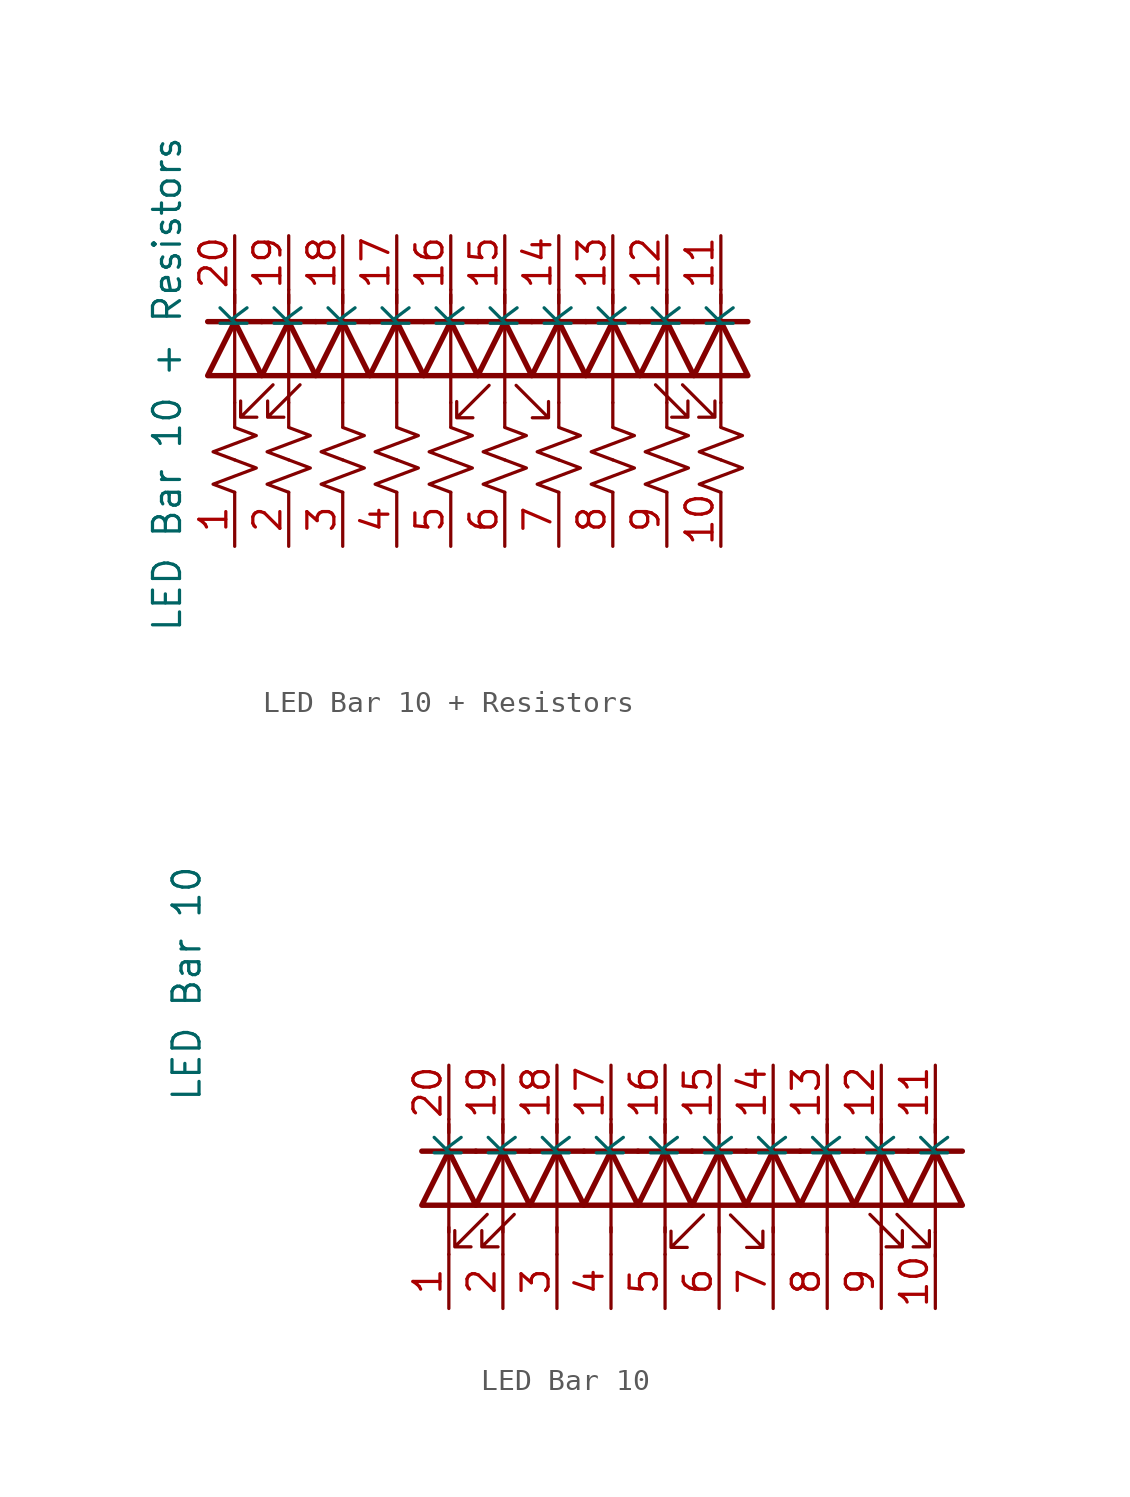
<source format=kicad_sym>
(kicad_symbol_lib
  (version 20220914)
  (generator kicad_symbol_editor)
  (symbol "LED Bar 10 + Resistors"
    (property "Reference" "BAR"
      (at -23.495 -9.525 0)
      (effects (font (size 1.27 1.27)) hide))
    (property "Value" "LED Bar 10 + Resistors"
      (at -3.175 7.62 90)
      (effects (font (size 1.27 1.27))))
    (symbol "LED Bar 10 + Resistors_0_1"
      (polyline (pts (xy 0 6.756) (xy 0 5.613)) (stroke (width 0) (type default)) (fill (type none)))
      (polyline (pts (xy 0 6.756) (xy 0 11.836)) (stroke (width 0) (type default)) (fill (type none)))
      (polyline (pts (xy 0 12.065) (xy 0 11.43)) (stroke (width 0) (type default)) (fill (type none)))
      (polyline (pts (xy 1.27 10.566) (xy -1.27 10.566)) (stroke (width 0.254) (type default)) (fill (type none)))
      (polyline (pts (xy 2.54 6.756) (xy 2.54 5.613)) (stroke (width 0) (type default)) (fill (type none)))
      (polyline (pts (xy 2.54 6.756) (xy 2.54 11.836)) (stroke (width 0) (type default)) (fill (type none)))
      (polyline (pts (xy 2.54 12.065) (xy 2.54 11.43)) (stroke (width 0) (type default)) (fill (type none)))
      (polyline (pts (xy 3.81 10.566) (xy 1.27 10.566)) (stroke (width 0.254) (type default)) (fill (type none)))
      (polyline (pts (xy 5.08 6.756) (xy 5.08 5.613)) (stroke (width 0) (type default)) (fill (type none)))
      (polyline (pts (xy 5.08 6.756) (xy 5.08 11.836)) (stroke (width 0) (type default)) (fill (type none)))
      (polyline (pts (xy 5.08 12.065) (xy 5.08 11.43)) (stroke (width 0) (type default)) (fill (type none)))
      (polyline (pts (xy 6.35 10.566) (xy 3.81 10.566)) (stroke (width 0.254) (type default)) (fill (type none)))
      (polyline (pts (xy 7.62 6.756) (xy 7.62 5.613)) (stroke (width 0) (type default)) (fill (type none)))
      (polyline (pts (xy 7.62 6.756) (xy 7.62 11.836)) (stroke (width 0) (type default)) (fill (type none)))
      (polyline (pts (xy 7.62 12.065) (xy 7.62 11.43)) (stroke (width 0) (type default)) (fill (type none)))
      (polyline (pts (xy 8.89 10.566) (xy 6.35 10.566)) (stroke (width 0.254) (type default)) (fill (type none)))
      (polyline (pts (xy 10.16 6.756) (xy 10.16 5.613)) (stroke (width 0) (type default)) (fill (type none)))
      (polyline (pts (xy 10.16 6.756) (xy 10.16 11.836)) (stroke (width 0) (type default)) (fill (type none)))
      (polyline (pts (xy 10.16 12.065) (xy 10.16 11.43)) (stroke (width 0) (type default)) (fill (type none)))
      (polyline (pts (xy 11.43 10.566) (xy 8.89 10.566)) (stroke (width 0.254) (type default)) (fill (type none)))
      (polyline (pts (xy 12.7 6.756) (xy 12.7 5.613)) (stroke (width 0) (type default)) (fill (type none)))
      (polyline (pts (xy 12.7 6.756) (xy 12.7 11.836)) (stroke (width 0) (type default)) (fill (type none)))
      (polyline (pts (xy 12.7 12.065) (xy 12.7 11.43)) (stroke (width 0) (type default)) (fill (type none)))
      (polyline (pts (xy 13.97 10.566) (xy 11.43 10.566)) (stroke (width 0.254) (type default)) (fill (type none)))
      (polyline (pts (xy 15.24 6.756) (xy 15.24 5.613)) (stroke (width 0) (type default)) (fill (type none)))
      (polyline (pts (xy 15.24 6.756) (xy 15.24 11.836)) (stroke (width 0) (type default)) (fill (type none)))
      (polyline (pts (xy 15.24 12.065) (xy 15.24 11.43)) (stroke (width 0) (type default)) (fill (type none)))
      (polyline (pts (xy 16.51 10.566) (xy 13.97 10.566)) (stroke (width 0.254) (type default)) (fill (type none)))
      (polyline (pts (xy 17.78 6.756) (xy 17.78 5.613)) (stroke (width 0) (type default)) (fill (type none)))
      (polyline (pts (xy 17.78 6.756) (xy 17.78 11.836)) (stroke (width 0) (type default)) (fill (type none)))
      (polyline (pts (xy 17.78 12.065) (xy 17.78 11.43)) (stroke (width 0) (type default)) (fill (type none)))
      (polyline (pts (xy 19.05 10.566) (xy 16.51 10.566)) (stroke (width 0.254) (type default)) (fill (type none)))
      (polyline (pts (xy 19.05 10.566) (xy 21.59 10.566)) (stroke (width 0.254) (type default)) (fill (type none)))
      (polyline (pts (xy 20.32 6.756) (xy 20.32 5.613)) (stroke (width 0) (type default)) (fill (type none)))
      (polyline (pts (xy 20.32 6.756) (xy 20.32 11.836)) (stroke (width 0) (type default)) (fill (type none)))
      (polyline (pts (xy 20.32 12.065) (xy 20.32 11.43)) (stroke (width 0) (type default)) (fill (type none)))
      (polyline (pts (xy 21.59 10.566) (xy 24.13 10.566)) (stroke (width 0.254) (type default)) (fill (type none)))
      (polyline (pts (xy 22.86 6.756) (xy 22.86 5.613)) (stroke (width 0) (type default)) (fill (type none)))
      (polyline (pts (xy 22.86 6.756) (xy 22.86 11.836)) (stroke (width 0) (type default)) (fill (type none)))
      (polyline (pts (xy 22.86 12.065) (xy 22.86 11.43)) (stroke (width 0) (type default)) (fill (type none)))
      (polyline (pts (xy -1.27 8.026) (xy 1.27 8.026) (xy 0 10.566) (xy -1.27 8.026)) (stroke (width 0.254) (type default)) (fill (type none)))
      (polyline (pts (xy 1.27 8.026) (xy 3.81 8.026) (xy 2.54 10.566) (xy 1.27 8.026)) (stroke (width 0.254) (type default)) (fill (type none)))
      (polyline (pts (xy 3.81 8.026) (xy 6.35 8.026) (xy 5.08 10.566) (xy 3.81 8.026)) (stroke (width 0.254) (type default)) (fill (type none)))
      (polyline (pts (xy 6.35 8.026) (xy 8.89 8.026) (xy 7.62 10.566) (xy 6.35 8.026)) (stroke (width 0.254) (type default)) (fill (type none)))
      (polyline (pts (xy 8.89 8.026) (xy 11.43 8.026) (xy 10.16 10.566) (xy 8.89 8.026)) (stroke (width 0.254) (type default)) (fill (type none)))
      (polyline (pts (xy 11.43 8.026) (xy 13.97 8.026) (xy 12.7 10.566) (xy 11.43 8.026)) (stroke (width 0.254) (type default)) (fill (type none)))
      (polyline (pts (xy 13.97 8.026) (xy 16.51 8.026) (xy 15.24 10.566) (xy 13.97 8.026)) (stroke (width 0.254) (type default)) (fill (type none)))
      (polyline (pts (xy 16.51 8.026) (xy 19.05 8.026) (xy 17.78 10.566) (xy 16.51 8.026)) (stroke (width 0.254) (type default)) (fill (type none)))
      (polyline (pts (xy 21.59 8.026) (xy 19.05 8.026) (xy 20.32 10.566) (xy 21.59 8.026)) (stroke (width 0.254) (type default)) (fill (type none)))
      (polyline (pts (xy 24.13 8.026) (xy 21.59 8.026) (xy 22.86 10.566) (xy 24.13 8.026)) (stroke (width 0.254) (type default)) (fill (type none)))
      (polyline (pts (xy 1.803 7.595) (xy 0.279 6.071) (xy 1.041 6.071) (xy 0.279 6.071) (xy 0.279 6.833)) (stroke (width 0) (type default)) (fill (type none)))
      (polyline (pts (xy 3.073 7.595) (xy 1.549 6.071) (xy 2.311 6.071) (xy 1.549 6.071) (xy 1.549 6.833)) (stroke (width 0) (type default)) (fill (type none)))
      (polyline (pts (xy 11.963 7.569) (xy 10.439 6.045) (xy 11.201 6.045) (xy 10.439 6.045) (xy 10.439 6.807)) (stroke (width 0) (type default)) (fill (type none)))
      (polyline (pts (xy 13.233 7.569) (xy 14.757 6.045) (xy 14.757 6.807) (xy 14.757 6.045) (xy 13.995 6.045)) (stroke (width 0) (type default)) (fill (type none)))
      (polyline (pts (xy 19.787 7.595) (xy 21.311 6.071) (xy 20.549 6.071) (xy 21.311 6.071) (xy 21.311 6.833)) (stroke (width 0) (type default)) (fill (type none)))
      (polyline (pts (xy 21.057 7.595) (xy 22.581 6.071) (xy 21.819 6.071) (xy 22.581 6.071) (xy 22.581 6.833)) (stroke (width 0) (type default)) (fill (type none))))
    (symbol "LED Bar 10 + Resistors_1_1"
      (polyline (pts (xy 0 2.54) (xy -1.016 2.921) (xy 0 3.302) (xy 1.016 3.683) (xy 0 4.064)) (stroke (width 0) (type default)) (fill (type none)))
      (polyline (pts (xy 0 4.064) (xy -1.016 4.445) (xy 0 4.826) (xy 1.016 5.207) (xy 0 5.588)) (stroke (width 0) (type default)) (fill (type none)))
      (polyline (pts (xy 2.54 2.54) (xy 1.524 2.921) (xy 2.54 3.302) (xy 3.556 3.683) (xy 2.54 4.064)) (stroke (width 0) (type default)) (fill (type none)))
      (polyline (pts (xy 2.54 4.064) (xy 1.524 4.445) (xy 2.54 4.826) (xy 3.556 5.207) (xy 2.54 5.588)) (stroke (width 0) (type default)) (fill (type none)))
      (polyline (pts (xy 5.08 2.54) (xy 4.064 2.921) (xy 5.08 3.302) (xy 6.096 3.683) (xy 5.08 4.064)) (stroke (width 0) (type default)) (fill (type none)))
      (polyline (pts (xy 5.08 4.064) (xy 4.064 4.445) (xy 5.08 4.826) (xy 6.096 5.207) (xy 5.08 5.588)) (stroke (width 0) (type default)) (fill (type none)))
      (polyline (pts (xy 7.62 2.54) (xy 6.604 2.921) (xy 7.62 3.302) (xy 8.636 3.683) (xy 7.62 4.064)) (stroke (width 0) (type default)) (fill (type none)))
      (polyline (pts (xy 7.62 4.064) (xy 6.604 4.445) (xy 7.62 4.826) (xy 8.636 5.207) (xy 7.62 5.588)) (stroke (width 0) (type default)) (fill (type none)))
      (polyline (pts (xy 10.16 2.54) (xy 9.144 2.921) (xy 10.16 3.302) (xy 11.176 3.683) (xy 10.16 4.064)) (stroke (width 0) (type default)) (fill (type none)))
      (polyline (pts (xy 10.16 4.064) (xy 9.144 4.445) (xy 10.16 4.826) (xy 11.176 5.207) (xy 10.16 5.588)) (stroke (width 0) (type default)) (fill (type none)))
      (polyline (pts (xy 12.7 2.54) (xy 11.684 2.921) (xy 12.7 3.302) (xy 13.716 3.683) (xy 12.7 4.064)) (stroke (width 0) (type default)) (fill (type none)))
      (polyline (pts (xy 12.7 4.064) (xy 11.684 4.445) (xy 12.7 4.826) (xy 13.716 5.207) (xy 12.7 5.588)) (stroke (width 0) (type default)) (fill (type none)))
      (polyline (pts (xy 15.24 2.54) (xy 14.224 2.921) (xy 15.24 3.302) (xy 16.256 3.683) (xy 15.24 4.064)) (stroke (width 0) (type default)) (fill (type none)))
      (polyline (pts (xy 15.24 4.064) (xy 14.224 4.445) (xy 15.24 4.826) (xy 16.256 5.207) (xy 15.24 5.588)) (stroke (width 0) (type default)) (fill (type none)))
      (polyline (pts (xy 17.78 2.54) (xy 16.764 2.921) (xy 17.78 3.302) (xy 18.796 3.683) (xy 17.78 4.064)) (stroke (width 0) (type default)) (fill (type none)))
      (polyline (pts (xy 17.78 4.064) (xy 16.764 4.445) (xy 17.78 4.826) (xy 18.796 5.207) (xy 17.78 5.588)) (stroke (width 0) (type default)) (fill (type none)))
      (polyline (pts (xy 20.32 2.54) (xy 19.304 2.921) (xy 20.32 3.302) (xy 21.336 3.683) (xy 20.32 4.064)) (stroke (width 0) (type default)) (fill (type none)))
      (polyline (pts (xy 20.32 4.064) (xy 19.304 4.445) (xy 20.32 4.826) (xy 21.336 5.207) (xy 20.32 5.588)) (stroke (width 0) (type default)) (fill (type none)))
      (polyline (pts (xy 22.86 2.54) (xy 21.844 2.921) (xy 22.86 3.302) (xy 23.876 3.683) (xy 22.86 4.064)) (stroke (width 0) (type default)) (fill (type none)))
      (polyline (pts (xy 22.86 4.064) (xy 21.844 4.445) (xy 22.86 4.826) (xy 23.876 5.207) (xy 22.86 5.588)) (stroke (width 0) (type default)) (fill (type none)))
      (pin passive line (at 0 0 90) (length 2.54) (name "" (effects (font (size 1.27 1.27)))) (number "1" (effects (font (size 1.27 1.27)))))
      (pin passive line (at 22.86 0 90) (length 2.54) (name "" (effects (font (size 1.27 1.27)))) (number "10" (effects (font (size 1.27 1.27)))))
      (pin passive line (at 22.86 14.605 270) (length 2.54) (name "K" (effects (font (size 1.27 1.27)))) (number "11" (effects (font (size 1.27 1.27)))))
      (pin passive line (at 20.32 14.605 270) (length 2.54) (name "K" (effects (font (size 1.27 1.27)))) (number "12" (effects (font (size 1.27 1.27)))))
      (pin passive line (at 17.78 14.605 270) (length 2.54) (name "K" (effects (font (size 1.27 1.27)))) (number "13" (effects (font (size 1.27 1.27)))))
      (pin passive line (at 15.24 14.605 270) (length 2.54) (name "K" (effects (font (size 1.27 1.27)))) (number "14" (effects (font (size 1.27 1.27)))))
      (pin passive line (at 12.7 14.605 270) (length 2.54) (name "K" (effects (font (size 1.27 1.27)))) (number "15" (effects (font (size 1.27 1.27)))))
      (pin passive line (at 10.16 14.605 270) (length 2.54) (name "K" (effects (font (size 1.27 1.27)))) (number "16" (effects (font (size 1.27 1.27)))))
      (pin passive line (at 7.62 14.605 270) (length 2.54) (name "K" (effects (font (size 1.27 1.27)))) (number "17" (effects (font (size 1.27 1.27)))))
      (pin passive line (at 5.08 14.605 270) (length 2.54) (name "K" (effects (font (size 1.27 1.27)))) (number "18" (effects (font (size 1.27 1.27)))))
      (pin passive line (at 2.54 14.605 270) (length 2.54) (name "K" (effects (font (size 1.27 1.27)))) (number "19" (effects (font (size 1.27 1.27)))))
      (pin passive line (at 2.54 0 90) (length 2.54) (name "" (effects (font (size 1.27 1.27)))) (number "2" (effects (font (size 1.27 1.27)))))
      (pin passive line (at 0 14.605 270) (length 2.54) (name "K" (effects (font (size 1.27 1.27)))) (number "20" (effects (font (size 1.27 1.27)))))
      (pin passive line (at 5.08 0 90) (length 2.54) (name "" (effects (font (size 1.27 1.27)))) (number "3" (effects (font (size 1.27 1.27)))))
      (pin passive line (at 7.62 0 90) (length 2.54) (name "" (effects (font (size 1.27 1.27)))) (number "4" (effects (font (size 1.27 1.27)))))
      (pin passive line (at 10.16 0 90) (length 2.54) (name "" (effects (font (size 1.27 1.27)))) (number "5" (effects (font (size 1.27 1.27)))))
      (pin passive line (at 12.7 0 90) (length 2.54) (name "" (effects (font (size 1.27 1.27)))) (number "6" (effects (font (size 1.27 1.27)))))
      (pin passive line (at 15.24 0 90) (length 2.54) (name "" (effects (font (size 1.27 1.27)))) (number "7" (effects (font (size 1.27 1.27)))))
      (pin passive line (at 17.78 0 90) (length 2.54) (name "" (effects (font (size 1.27 1.27)))) (number "8" (effects (font (size 1.27 1.27)))))
      (pin passive line (at 20.32 0 90) (length 2.54) (name "" (effects (font (size 1.27 1.27)))) (number "9" (effects (font (size 1.27 1.27)))))))
  (symbol "LED Bar 10"
    (property "Reference" "BAR"
      (at -23.495 -9.525 0)
      (effects (font (size 1.27 1.27)) hide))
    (property "Value" "LED Bar 10"
      (at -12.319 15.265 90)
      (effects (font (size 1.27 1.27))))
    (symbol "LED Bar 10_0_1"
      (polyline (pts (xy 0 2.54) (xy 0 3.81)) (stroke (width 0) (type default)) (fill (type none)))
      (polyline (pts (xy 0 3.581) (xy 0 8.661)) (stroke (width 0) (type default)) (fill (type none)))
      (polyline (pts (xy 0 8.89) (xy 0 8.255)) (stroke (width 0) (type default)) (fill (type none)))
      (polyline (pts (xy 1.27 7.391) (xy -1.27 7.391)) (stroke (width 0.254) (type default)) (fill (type none)))
      (polyline (pts (xy 2.54 2.54) (xy 2.54 3.81)) (stroke (width 0) (type default)) (fill (type none)))
      (polyline (pts (xy 2.54 3.581) (xy 2.54 8.661)) (stroke (width 0) (type default)) (fill (type none)))
      (polyline (pts (xy 2.54 8.89) (xy 2.54 8.255)) (stroke (width 0) (type default)) (fill (type none)))
      (polyline (pts (xy 3.81 7.391) (xy 1.27 7.391)) (stroke (width 0.254) (type default)) (fill (type none)))
      (polyline (pts (xy 5.08 2.54) (xy 5.08 3.81)) (stroke (width 0) (type default)) (fill (type none)))
      (polyline (pts (xy 5.08 3.581) (xy 5.08 8.661)) (stroke (width 0) (type default)) (fill (type none)))
      (polyline (pts (xy 5.08 8.89) (xy 5.08 8.255)) (stroke (width 0) (type default)) (fill (type none)))
      (polyline (pts (xy 6.35 7.391) (xy 3.81 7.391)) (stroke (width 0.254) (type default)) (fill (type none)))
      (polyline (pts (xy 7.62 2.54) (xy 7.62 3.81)) (stroke (width 0) (type default)) (fill (type none)))
      (polyline (pts (xy 7.62 3.581) (xy 7.62 8.661)) (stroke (width 0) (type default)) (fill (type none)))
      (polyline (pts (xy 7.62 8.89) (xy 7.62 8.255)) (stroke (width 0) (type default)) (fill (type none)))
      (polyline (pts (xy 8.89 7.391) (xy 6.35 7.391)) (stroke (width 0.254) (type default)) (fill (type none)))
      (polyline (pts (xy 10.16 2.54) (xy 10.16 3.81)) (stroke (width 0) (type default)) (fill (type none)))
      (polyline (pts (xy 10.16 3.581) (xy 10.16 8.661)) (stroke (width 0) (type default)) (fill (type none)))
      (polyline (pts (xy 10.16 8.89) (xy 10.16 8.255)) (stroke (width 0) (type default)) (fill (type none)))
      (polyline (pts (xy 11.43 7.391) (xy 8.89 7.391)) (stroke (width 0.254) (type default)) (fill (type none)))
      (polyline (pts (xy 12.7 2.54) (xy 12.7 3.81)) (stroke (width 0) (type default)) (fill (type none)))
      (polyline (pts (xy 12.7 3.581) (xy 12.7 8.661)) (stroke (width 0) (type default)) (fill (type none)))
      (polyline (pts (xy 12.7 8.89) (xy 12.7 8.255)) (stroke (width 0) (type default)) (fill (type none)))
      (polyline (pts (xy 13.97 7.391) (xy 11.43 7.391)) (stroke (width 0.254) (type default)) (fill (type none)))
      (polyline (pts (xy 15.24 2.54) (xy 15.24 3.81)) (stroke (width 0) (type default)) (fill (type none)))
      (polyline (pts (xy 15.24 3.581) (xy 15.24 8.661)) (stroke (width 0) (type default)) (fill (type none)))
      (polyline (pts (xy 15.24 8.89) (xy 15.24 8.255)) (stroke (width 0) (type default)) (fill (type none)))
      (polyline (pts (xy 16.51 7.391) (xy 13.97 7.391)) (stroke (width 0.254) (type default)) (fill (type none)))
      (polyline (pts (xy 17.78 2.54) (xy 17.78 3.81)) (stroke (width 0) (type default)) (fill (type none)))
      (polyline (pts (xy 17.78 3.581) (xy 17.78 8.661)) (stroke (width 0) (type default)) (fill (type none)))
      (polyline (pts (xy 17.78 8.89) (xy 17.78 8.255)) (stroke (width 0) (type default)) (fill (type none)))
      (polyline (pts (xy 19.05 7.391) (xy 16.51 7.391)) (stroke (width 0.254) (type default)) (fill (type none)))
      (polyline (pts (xy 19.05 7.391) (xy 21.59 7.391)) (stroke (width 0.254) (type default)) (fill (type none)))
      (polyline (pts (xy 20.32 2.54) (xy 20.32 3.81)) (stroke (width 0) (type default)) (fill (type none)))
      (polyline (pts (xy 20.32 3.581) (xy 20.32 8.661)) (stroke (width 0) (type default)) (fill (type none)))
      (polyline (pts (xy 20.32 8.89) (xy 20.32 8.255)) (stroke (width 0) (type default)) (fill (type none)))
      (polyline (pts (xy 21.59 7.391) (xy 24.13 7.391)) (stroke (width 0.254) (type default)) (fill (type none)))
      (polyline (pts (xy 22.86 3.581) (xy 22.86 2.438)) (stroke (width 0) (type default)) (fill (type none)))
      (polyline (pts (xy 22.86 3.581) (xy 22.86 8.661)) (stroke (width 0) (type default)) (fill (type none)))
      (polyline (pts (xy 22.86 8.89) (xy 22.86 8.255)) (stroke (width 0) (type default)) (fill (type none)))
      (polyline (pts (xy -1.27 4.851) (xy 1.27 4.851) (xy 0 7.391) (xy -1.27 4.851)) (stroke (width 0.254) (type default)) (fill (type none)))
      (polyline (pts (xy 1.27 4.851) (xy 3.81 4.851) (xy 2.54 7.391) (xy 1.27 4.851)) (stroke (width 0.254) (type default)) (fill (type none)))
      (polyline (pts (xy 3.81 4.851) (xy 6.35 4.851) (xy 5.08 7.391) (xy 3.81 4.851)) (stroke (width 0.254) (type default)) (fill (type none)))
      (polyline (pts (xy 6.35 4.851) (xy 8.89 4.851) (xy 7.62 7.391) (xy 6.35 4.851)) (stroke (width 0.254) (type default)) (fill (type none)))
      (polyline (pts (xy 8.89 4.851) (xy 11.43 4.851) (xy 10.16 7.391) (xy 8.89 4.851)) (stroke (width 0.254) (type default)) (fill (type none)))
      (polyline (pts (xy 11.43 4.851) (xy 13.97 4.851) (xy 12.7 7.391) (xy 11.43 4.851)) (stroke (width 0.254) (type default)) (fill (type none)))
      (polyline (pts (xy 13.97 4.851) (xy 16.51 4.851) (xy 15.24 7.391) (xy 13.97 4.851)) (stroke (width 0.254) (type default)) (fill (type none)))
      (polyline (pts (xy 16.51 4.851) (xy 19.05 4.851) (xy 17.78 7.391) (xy 16.51 4.851)) (stroke (width 0.254) (type default)) (fill (type none)))
      (polyline (pts (xy 21.59 4.851) (xy 19.05 4.851) (xy 20.32 7.391) (xy 21.59 4.851)) (stroke (width 0.254) (type default)) (fill (type none)))
      (polyline (pts (xy 24.13 4.851) (xy 21.59 4.851) (xy 22.86 7.391) (xy 24.13 4.851)) (stroke (width 0.254) (type default)) (fill (type none)))
      (polyline (pts (xy 1.803 4.42) (xy 0.279 2.896) (xy 1.041 2.896) (xy 0.279 2.896) (xy 0.279 3.658)) (stroke (width 0) (type default)) (fill (type none)))
      (polyline (pts (xy 3.073 4.42) (xy 1.549 2.896) (xy 2.311 2.896) (xy 1.549 2.896) (xy 1.549 3.658)) (stroke (width 0) (type default)) (fill (type none)))
      (polyline (pts (xy 11.963 4.394) (xy 10.439 2.87) (xy 11.201 2.87) (xy 10.439 2.87) (xy 10.439 3.632)) (stroke (width 0) (type default)) (fill (type none)))
      (polyline (pts (xy 13.233 4.394) (xy 14.757 2.87) (xy 14.757 3.632) (xy 14.757 2.87) (xy 13.995 2.87)) (stroke (width 0) (type default)) (fill (type none)))
      (polyline (pts (xy 19.787 4.42) (xy 21.311 2.896) (xy 20.549 2.896) (xy 21.311 2.896) (xy 21.311 3.658)) (stroke (width 0) (type default)) (fill (type none)))
      (polyline (pts (xy 21.057 4.42) (xy 22.581 2.896) (xy 21.819 2.896) (xy 22.581 2.896) (xy 22.581 3.658)) (stroke (width 0) (type default)) (fill (type none))))
    (symbol "LED Bar 10_1_1"
      (pin passive line (at 0 0 90) (length 2.54) (name "" (effects (font (size 1.27 1.27)))) (number "1" (effects (font (size 1.27 1.27)))))
      (pin passive line (at 22.86 0 90) (length 2.54) (name "" (effects (font (size 1.27 1.27)))) (number "10" (effects (font (size 1.27 1.27)))))
      (pin passive line (at 22.86 11.43 270) (length 2.54) (name "K" (effects (font (size 1.27 1.27)))) (number "11" (effects (font (size 1.27 1.27)))))
      (pin passive line (at 20.32 11.43 270) (length 2.54) (name "K" (effects (font (size 1.27 1.27)))) (number "12" (effects (font (size 1.27 1.27)))))
      (pin passive line (at 17.78 11.43 270) (length 2.54) (name "K" (effects (font (size 1.27 1.27)))) (number "13" (effects (font (size 1.27 1.27)))))
      (pin passive line (at 15.24 11.43 270) (length 2.54) (name "K" (effects (font (size 1.27 1.27)))) (number "14" (effects (font (size 1.27 1.27)))))
      (pin passive line (at 12.7 11.43 270) (length 2.54) (name "K" (effects (font (size 1.27 1.27)))) (number "15" (effects (font (size 1.27 1.27)))))
      (pin passive line (at 10.16 11.43 270) (length 2.54) (name "K" (effects (font (size 1.27 1.27)))) (number "16" (effects (font (size 1.27 1.27)))))
      (pin passive line (at 7.62 11.43 270) (length 2.54) (name "K" (effects (font (size 1.27 1.27)))) (number "17" (effects (font (size 1.27 1.27)))))
      (pin passive line (at 5.08 11.43 270) (length 2.54) (name "K" (effects (font (size 1.27 1.27)))) (number "18" (effects (font (size 1.27 1.27)))))
      (pin passive line (at 2.54 11.43 270) (length 2.54) (name "K" (effects (font (size 1.27 1.27)))) (number "19" (effects (font (size 1.27 1.27)))))
      (pin passive line (at 2.54 0 90) (length 2.54) (name "" (effects (font (size 1.27 1.27)))) (number "2" (effects (font (size 1.27 1.27)))))
      (pin passive line (at 0 11.43 270) (length 2.54) (name "K" (effects (font (size 1.27 1.27)))) (number "20" (effects (font (size 1.27 1.27)))))
      (pin passive line (at 5.08 0 90) (length 2.54) (name "" (effects (font (size 1.27 1.27)))) (number "3" (effects (font (size 1.27 1.27)))))
      (pin passive line (at 7.62 0 90) (length 2.54) (name "" (effects (font (size 1.27 1.27)))) (number "4" (effects (font (size 1.27 1.27)))))
      (pin passive line (at 10.16 0 90) (length 2.54) (name "" (effects (font (size 1.27 1.27)))) (number "5" (effects (font (size 1.27 1.27)))))
      (pin passive line (at 12.7 0 90) (length 2.54) (name "" (effects (font (size 1.27 1.27)))) (number "6" (effects (font (size 1.27 1.27)))))
      (pin passive line (at 15.24 0 90) (length 2.54) (name "" (effects (font (size 1.27 1.27)))) (number "7" (effects (font (size 1.27 1.27)))))
      (pin passive line (at 17.78 0 90) (length 2.54) (name "" (effects (font (size 1.27 1.27)))) (number "8" (effects (font (size 1.27 1.27)))))
      (pin passive line (at 20.32 0 90) (length 2.54) (name "" (effects (font (size 1.27 1.27)))) (number "9" (effects (font (size 1.27 1.27))))))))
</source>
